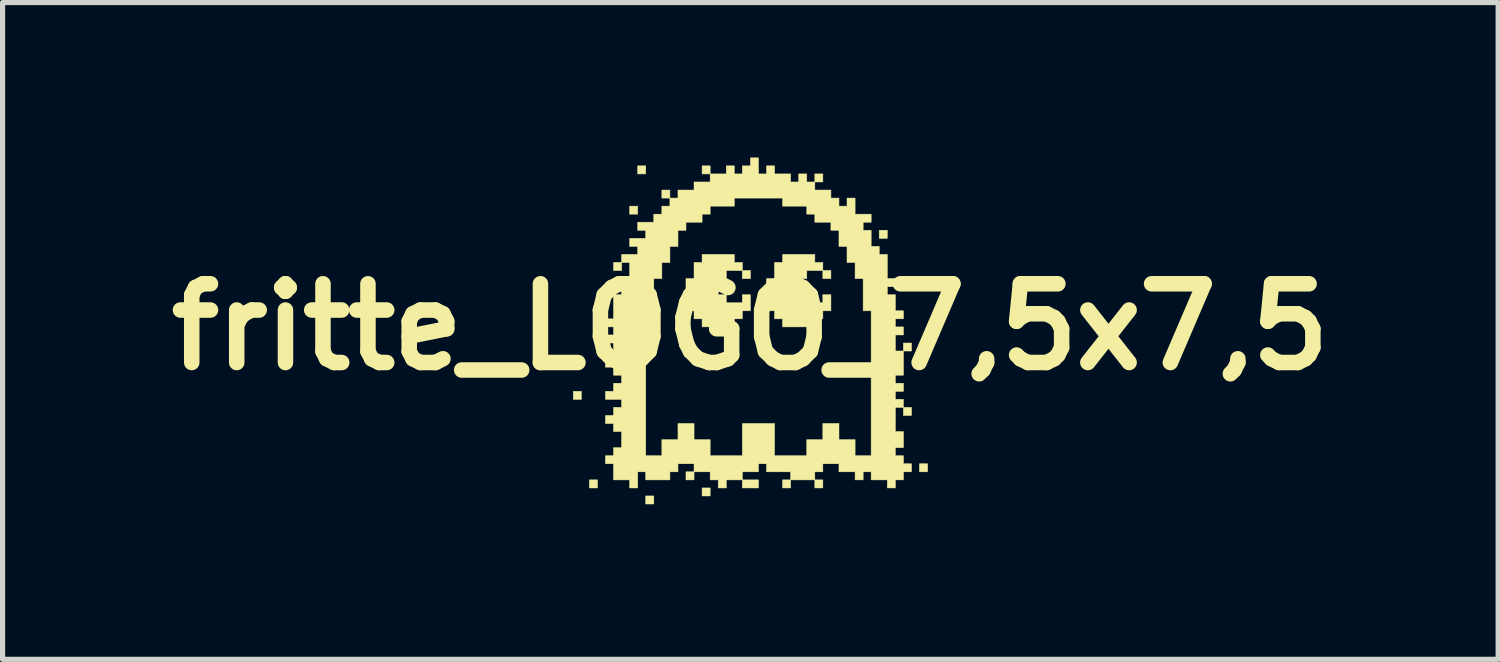
<source format=kicad_pcb>
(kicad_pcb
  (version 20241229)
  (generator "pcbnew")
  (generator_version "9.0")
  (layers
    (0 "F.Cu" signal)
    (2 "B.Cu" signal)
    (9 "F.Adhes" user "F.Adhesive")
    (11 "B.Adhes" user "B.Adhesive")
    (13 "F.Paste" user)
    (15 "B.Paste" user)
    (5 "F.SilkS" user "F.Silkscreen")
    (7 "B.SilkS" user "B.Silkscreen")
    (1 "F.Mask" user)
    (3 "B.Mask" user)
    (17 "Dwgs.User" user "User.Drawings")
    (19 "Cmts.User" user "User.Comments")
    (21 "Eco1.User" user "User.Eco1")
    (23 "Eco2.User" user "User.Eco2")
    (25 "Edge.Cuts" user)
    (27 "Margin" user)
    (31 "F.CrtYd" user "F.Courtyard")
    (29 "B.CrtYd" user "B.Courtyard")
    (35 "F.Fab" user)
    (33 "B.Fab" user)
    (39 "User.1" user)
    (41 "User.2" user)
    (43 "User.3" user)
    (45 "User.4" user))
  (footprint "fritte_LOGO_7,5x7,5"
    (layer "F.Cu")
    (at 11.474 3.277)
    (property "Reference" "fritte_LOGO_7,5x7,5" (at 0 0 0) (layer "F.SilkS") (effects (font (size 1.524 1.524) (thickness 0.3))))
    (attr through_hole)
    (fp_poly (pts (xy -3.272 1.402) (xy -3.428 1.402) (xy -3.428 1.247) (xy -3.272 1.247) (xy -3.272 1.402)) (stroke (width 0.01) (type solid)) (fill yes) (layer "F.SilkS"))
    (fp_poly (pts (xy -2.961 3.117) (xy -3.117 3.117) (xy -3.117 2.961) (xy -2.961 2.961) (xy -2.961 3.117)) (stroke (width 0.01) (type solid)) (fill yes) (layer "F.SilkS"))
    (fp_poly (pts (xy -2.493 -1.091) (xy -2.649 -1.091) (xy -2.649 -1.247) (xy -2.493 -1.247) (xy -2.493 -1.091)) (stroke (width 0.01) (type solid)) (fill yes) (layer "F.SilkS"))
    (fp_poly (pts (xy -2.182 -2.182) (xy -2.337 -2.182) (xy -2.337 -2.337) (xy -2.182 -2.337) (xy -2.182 -2.182)) (stroke (width 0.01) (type solid)) (fill yes) (layer "F.SilkS"))
    (fp_poly (pts (xy -2.026 -2.961) (xy -2.182 -2.961) (xy -2.182 -3.117) (xy -2.026 -3.117) (xy -2.026 -2.961)) (stroke (width 0.01) (type solid)) (fill yes) (layer "F.SilkS"))
    (fp_poly (pts (xy -1.87 3.428) (xy -2.026 3.428) (xy -2.026 3.272) (xy -1.87 3.272) (xy -1.87 3.428)) (stroke (width 0.01) (type solid)) (fill yes) (layer "F.SilkS"))
    (fp_poly (pts (xy -1.558 -2.493) (xy -1.714 -2.493) (xy -1.714 -2.649) (xy -1.558 -2.649) (xy -1.558 -2.493)) (stroke (width 0.01) (type solid)) (fill yes) (layer "F.SilkS"))
    (fp_poly (pts (xy -1.091 2.961) (xy -1.247 2.961) (xy -1.247 2.805) (xy -1.091 2.805) (xy -1.091 2.961)) (stroke (width 0.01) (type solid)) (fill yes) (layer "F.SilkS"))
    (fp_poly (pts (xy -0.779 -2.961) (xy -0.935 -2.961) (xy -0.935 -3.117) (xy -0.779 -3.117) (xy -0.779 -2.961)) (stroke (width 0.01) (type solid)) (fill yes) (layer "F.SilkS"))
    (fp_poly (pts (xy -0.779 3.272) (xy -0.935 3.272) (xy -0.935 3.117) (xy -0.779 3.117) (xy -0.779 3.272)) (stroke (width 0.01) (type solid)) (fill yes) (layer "F.SilkS"))
    (fp_poly (pts (xy 0 -0.935) (xy -0.156 -0.935) (xy -0.156 -1.091) (xy 0 -1.091) (xy 0 -0.935)) (stroke (width 0.01) (type solid)) (fill yes) (layer "F.SilkS"))
    (fp_poly (pts (xy 0.156 3.117) (xy -0.156 3.117) (xy -0.156 2.961) (xy 0.156 2.961) (xy 0.156 3.117)) (stroke (width 0.01) (type solid)) (fill yes) (layer "F.SilkS"))
    (fp_poly (pts (xy 0.779 3.117) (xy 0.623 3.117) (xy 0.623 2.961) (xy 0.779 2.961) (xy 0.779 3.117)) (stroke (width 0.01) (type solid)) (fill yes) (layer "F.SilkS"))
    (fp_poly (pts (xy 1.402 -2.805) (xy 1.247 -2.805) (xy 1.247 -2.961) (xy 1.402 -2.961) (xy 1.402 -2.805)) (stroke (width 0.01) (type solid)) (fill yes) (layer "F.SilkS"))
    (fp_poly (pts (xy 1.402 3.117) (xy 1.247 3.117) (xy 1.247 2.961) (xy 1.402 2.961) (xy 1.402 3.117)) (stroke (width 0.01) (type solid)) (fill yes) (layer "F.SilkS"))
    (fp_poly (pts (xy 1.558 -0.935) (xy 1.402 -0.935) (xy 1.402 -1.091) (xy 1.558 -1.091) (xy 1.558 -0.935)) (stroke (width 0.01) (type solid)) (fill yes) (layer "F.SilkS"))
    (fp_poly (pts (xy 2.649 -1.714) (xy 2.493 -1.714) (xy 2.493 -1.87) (xy 2.649 -1.87) (xy 2.649 -1.714)) (stroke (width 0.01) (type solid)) (fill yes) (layer "F.SilkS"))
    (fp_poly (pts (xy 3.117 0.467) (xy 2.961 0.467) (xy 2.961 0.312) (xy 3.117 0.312) (xy 3.117 0.467)) (stroke (width 0.01) (type solid)) (fill yes) (layer "F.SilkS"))
    (fp_poly (pts (xy 3.117 1.714) (xy 2.961 1.714) (xy 2.961 1.558) (xy 3.117 1.558) (xy 3.117 1.714)) (stroke (width 0.01) (type solid)) (fill yes) (layer "F.SilkS"))
    (fp_poly (pts (xy 3.428 2.805) (xy 3.272 2.805) (xy 3.272 2.649) (xy 3.428 2.649) (xy 3.428 2.805)) (stroke (width 0.01) (type solid)) (fill yes) (layer "F.SilkS"))
    (fp_poly (pts (xy -0.312 -1.247) (xy -0.156 -1.247) (xy -0.156 -1.091) (xy -0.467 -1.091) (xy -0.467 -0.935) (xy -0.623 -0.935) (xy -0.623 -0.623) (xy -0.467 -0.623) (xy -0.467 -0.467) (xy -0.156 -0.467) (xy -0.156 -0.623) (xy 0 -0.623) (xy 0 -0.312) (xy -0.156 -0.312) (xy -0.156 -0.156) (xy -0.312 -0.156) (xy -0.312 0) (xy -0.935 0) (xy -0.935 -0.156) (xy -1.091 -0.156) (xy -1.091 -0.312) (xy -1.247 -0.312) (xy -1.247 -0.935) (xy -1.091 -0.935) (xy -1.091 -1.247) (xy -0.935 -1.247) (xy -0.935 -1.402) (xy -0.312 -1.402) (xy -0.312 -1.247)) (stroke (width 0.01) (type solid)) (fill yes) (layer "F.SilkS"))
    (fp_poly (pts (xy 1.247 -1.247) (xy 1.402 -1.247) (xy 1.402 -1.091) (xy 1.091 -1.091) (xy 1.091 -0.935) (xy 0.935 -0.935) (xy 0.935 -0.623) (xy 1.091 -0.623) (xy 1.091 -0.467) (xy 1.402 -0.467) (xy 1.402 -0.623) (xy 1.558 -0.623) (xy 1.558 -0.312) (xy 1.402 -0.312) (xy 1.402 -0.156) (xy 1.247 -0.156) (xy 1.247 0) (xy 0.623 0) (xy 0.623 -0.156) (xy 0.467 -0.156) (xy 0.467 -0.312) (xy 0.312 -0.312) (xy 0.312 -0.935) (xy 0.467 -0.935) (xy 0.467 -1.247) (xy 0.623 -1.247) (xy 0.623 -1.402) (xy 1.247 -1.402) (xy 1.247 -1.247)) (stroke (width 0.01) (type solid)) (fill yes) (layer "F.SilkS"))
    (fp_poly (pts (xy -2.493 -1.402) (xy -2.182 -1.402) (xy -2.182 -1.558) (xy -2.337 -1.558) (xy -2.337 -1.714) (xy -2.026 -1.714) (xy -2.026 -1.87) (xy -2.182 -1.87) (xy -2.182 -2.026) (xy -1.87 -2.026) (xy -1.87 -2.182) (xy -1.714 -2.182) (xy -1.714 -2.337) (xy -1.558 -2.337) (xy -1.558 -2.493) (xy -1.402 -2.493) (xy -1.402 -2.649) (xy -1.091 -2.649) (xy -1.091 -2.805) (xy -0.779 -2.805) (xy -0.779 -2.961) (xy -0.467 -2.961) (xy -0.467 -3.117) (xy -0.312 -3.117) (xy -0.312 -2.961) (xy -0.156 -2.961) (xy -0.156 -3.117) (xy 0 -3.117) (xy 0 -3.272) (xy 0.156 -3.272) (xy 0.156 -2.961) (xy 0.312 -2.961) (xy 0.312 -3.117) (xy 0.467 -3.117) (xy 0.467 -2.961) (xy 0.779 -2.961) (xy 0.779 -2.805) (xy 0.935 -2.805) (xy 0.935 -2.961) (xy 1.091 -2.961) (xy 1.091 -2.805) (xy 1.247 -2.805) (xy 1.247 -2.649) (xy 1.558 -2.649) (xy 1.558 -2.493) (xy 1.714 -2.493) (xy 1.714 -2.337) (xy 1.87 -2.337) (xy 1.87 -2.493) (xy 2.026 -2.493) (xy 2.026 -2.182) (xy 2.337 -2.182) (xy 2.337 -2.026) (xy 2.182 -2.026) (xy 2.182 -1.87) (xy 2.337 -1.87) (xy 2.337 -1.558) (xy 2.493 -1.558) (xy 2.493 -1.402) (xy 2.649 -1.402) (xy 2.649 -0.935) (xy 2.805 -0.935) (xy 2.805 -0.779) (xy 2.649 -0.779) (xy 2.649 -0.623) (xy 2.805 -0.623) (xy 2.805 -0.312) (xy 2.961 -0.312) (xy 2.961 -0.156) (xy 2.805 -0.156) (xy 2.805 0) (xy 2.961 0) (xy 2.961 0.156) (xy 2.805 0.156) (xy 2.805 0.467) (xy 2.961 0.467) (xy 2.961 0.935) (xy 2.805 0.935) (xy 2.805 1.091) (xy 2.961 1.091) (xy 2.961 1.247) (xy 2.805 1.247) (xy 2.805 1.402) (xy 2.961 1.402) (xy 2.961 1.558) (xy 2.805 1.558) (xy 2.805 2.026) (xy 2.961 2.026) (xy 2.961 2.337) (xy 2.805 2.337) (xy 2.805 2.493) (xy 2.961 2.493) (xy 2.961 2.649) (xy 3.117 2.649) (xy 3.117 2.805) (xy 2.961 2.805) (xy 2.961 2.961) (xy 2.805 2.961) (xy 2.805 3.117) (xy 2.649 3.117) (xy 2.649 2.961) (xy 2.337 2.961) (xy 2.337 2.805) (xy 2.182 2.805) (xy 2.182 2.961) (xy 2.026 2.961) (xy 2.026 2.805) (xy 1.714 2.805) (xy 1.714 2.649) (xy 1.402 2.649) (xy 1.402 2.805) (xy 1.247 2.805) (xy 1.247 2.961) (xy 0.779 2.961) (xy 0.779 2.805) (xy 0.312 2.805) (xy 0.312 2.649) (xy 0.156 2.649) (xy 0.156 2.805) (xy -0.156 2.805) (xy -0.156 2.961) (xy -0.467 2.961) (xy -0.467 3.117) (xy -0.623 3.117) (xy -0.623 2.961) (xy -0.779 2.961) (xy -0.779 2.805) (xy -1.091 2.805) (xy -1.091 2.649) (xy -1.402 2.649) (xy -1.402 2.805) (xy -1.558 2.805) (xy -1.558 2.961) (xy -2.026 2.961) (xy -2.026 2.805) (xy -2.182 2.805) (xy -2.182 3.117) (xy -2.337 3.117) (xy -2.337 2.961) (xy -2.649 2.961) (xy -2.649 2.649) (xy -2.805 2.649) (xy -2.805 2.493) (xy -2.649 2.493) (xy -2.649 2.337) (xy -2.493 2.337) (xy -2.493 2.026) (xy -2.649 2.026) (xy -2.649 1.87) (xy -2.805 1.87) (xy -2.805 1.714) (xy -2.649 1.714) (xy -2.649 1.558) (xy -2.493 1.558) (xy -2.493 1.402) (xy -2.805 1.402) (xy -2.805 1.247) (xy -2.649 1.247) (xy -2.649 1.091) (xy -2.493 1.091) (xy -2.493 0.935) (xy -2.649 0.935) (xy -2.649 0.779) (xy -2.805 0.779) (xy -2.805 0.623) (xy -2.649 0.623) (xy -2.649 0.312) (xy -2.805 0.312) (xy -2.805 0.156) (xy -2.649 0.156) (xy -2.649 0) (xy -2.805 0) (xy -2.805 -0.156) (xy -2.649 -0.156) (xy -2.649 -0.467) (xy -2.026 -0.467) (xy -2.026 2.493) (xy -1.714 2.493) (xy -1.714 2.182) (xy -1.402 2.182) (xy -1.402 1.87) (xy -1.091 1.87) (xy -1.091 2.182) (xy -0.779 2.182) (xy -0.779 2.493) (xy -0.156 2.493) (xy -0.156 1.87) (xy 0.467 1.87) (xy 0.467 2.493) (xy 1.091 2.493) (xy 1.091 2.182) (xy 1.402 2.182) (xy 1.402 1.87) (xy 1.714 1.87) (xy 1.714 2.182) (xy 2.026 2.182) (xy 2.026 2.493) (xy 2.337 2.493) (xy 2.337 -0.312) (xy 2.182 -0.312) (xy 2.182 -0.935) (xy 2.026 -0.935) (xy 2.026 -1.247) (xy 1.87 -1.247) (xy 1.87 -1.558) (xy 1.714 -1.558) (xy 1.714 -1.87) (xy 1.558 -1.87) (xy 1.558 -2.026) (xy 1.247 -2.026) (xy 1.247 -2.182) (xy 1.091 -2.182) (xy 1.091 -2.337) (xy 0.623 -2.337) (xy 0.623 -2.493) (xy -0.312 -2.493) (xy -0.312 -2.337) (xy -0.779 -2.337) (xy -0.779 -2.182) (xy -0.935 -2.182) (xy -0.935 -2.026) (xy -1.247 -2.026) (xy -1.247 -1.87) (xy -1.402 -1.87) (xy -1.402 -1.558) (xy -1.558 -1.558) (xy -1.558 -1.247) (xy -1.714 -1.247) (xy -1.714 -0.935) (xy -1.87 -0.935) (xy -1.87 -0.467) (xy -2.026 -0.467) (xy -2.649 -0.467) (xy -2.649 -0.623) (xy -2.493 -0.623) (xy -2.493 -0.935) (xy -2.337 -0.935) (xy -2.337 -1.247) (xy -2.493 -1.247) (xy -2.493 -1.402)) (stroke (width 0.01) (type solid)) (fill yes) (layer "F.SilkS")))
  (gr_rect
    (start -3 -3)
    (end 25.947 9.711)
    (stroke (width 0.1) (type default))
    (fill no)
    (layer "Edge.Cuts")))
</source>
